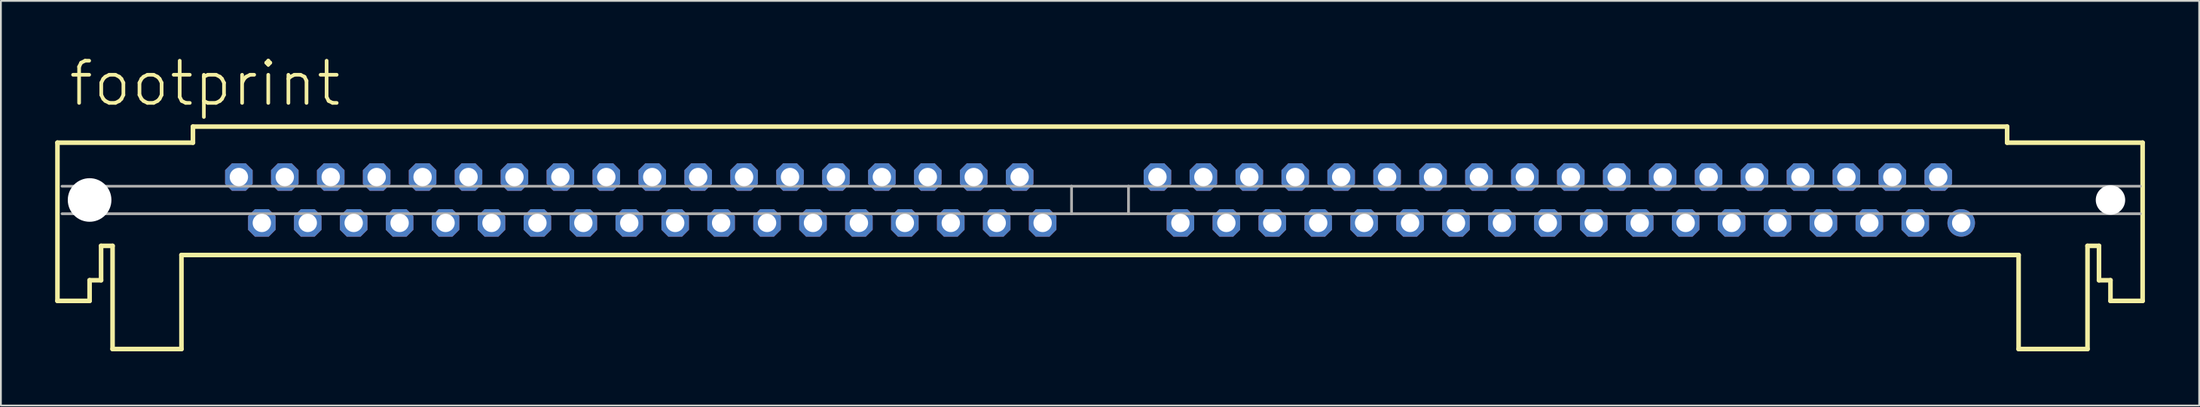
<source format=kicad_pcb>
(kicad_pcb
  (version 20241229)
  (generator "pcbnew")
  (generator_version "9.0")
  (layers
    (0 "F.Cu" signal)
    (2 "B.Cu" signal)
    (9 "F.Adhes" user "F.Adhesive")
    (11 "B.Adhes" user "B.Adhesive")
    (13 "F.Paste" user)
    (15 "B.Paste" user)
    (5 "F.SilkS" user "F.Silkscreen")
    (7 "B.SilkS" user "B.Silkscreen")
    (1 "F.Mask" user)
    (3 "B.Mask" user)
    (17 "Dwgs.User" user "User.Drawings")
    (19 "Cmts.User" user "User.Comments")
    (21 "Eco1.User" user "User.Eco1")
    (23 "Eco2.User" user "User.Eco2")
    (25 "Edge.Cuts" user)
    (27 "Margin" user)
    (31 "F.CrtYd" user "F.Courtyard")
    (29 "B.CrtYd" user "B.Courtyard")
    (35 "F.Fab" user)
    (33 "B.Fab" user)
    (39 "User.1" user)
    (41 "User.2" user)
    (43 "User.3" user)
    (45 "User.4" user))
  (footprint "footprint"
    (layer "F.Cu")
    (at 57.785 8.026)
    (property "Reference" "footprint" (at -57.15 -5.08 0) (layer "F.SilkS") (effects (font (size 2.337 2.337) (thickness 0.203)) (justify left bottom)))
    (fp_line (start -57.658 -3.175) (end -50.165 -3.175) (stroke (width 0.254) (type solid)) (layer "F.SilkS"))
    (fp_line (start -57.658 5.588) (end -57.658 -3.175) (stroke (width 0.254) (type solid)) (layer "F.SilkS"))
    (fp_line (start -55.88 4.445) (end -55.88 5.588) (stroke (width 0.254) (type solid)) (layer "F.SilkS"))
    (fp_line (start -55.88 5.588) (end -57.658 5.588) (stroke (width 0.254) (type solid)) (layer "F.SilkS"))
    (fp_line (start -55.245 2.54) (end -55.245 4.445) (stroke (width 0.254) (type solid)) (layer "F.SilkS"))
    (fp_line (start -55.245 4.445) (end -55.88 4.445) (stroke (width 0.254) (type solid)) (layer "F.SilkS"))
    (fp_line (start -54.61 2.54) (end -55.245 2.54) (stroke (width 0.254) (type solid)) (layer "F.SilkS"))
    (fp_line (start -54.61 8.255) (end -54.61 2.54) (stroke (width 0.254) (type solid)) (layer "F.SilkS"))
    (fp_line (start -50.8 3.048) (end -50.8 8.255) (stroke (width 0.254) (type solid)) (layer "F.SilkS"))
    (fp_line (start -50.8 3.048) (end 50.8 3.048) (stroke (width 0.254) (type solid)) (layer "F.SilkS"))
    (fp_line (start -50.8 8.255) (end -54.61 8.255) (stroke (width 0.254) (type solid)) (layer "F.SilkS"))
    (fp_line (start -50.165 -3.175) (end -50.165 -4.064) (stroke (width 0.254) (type solid)) (layer "F.SilkS"))
    (fp_line (start 50.165 -4.064) (end -50.165 -4.064) (stroke (width 0.254) (type solid)) (layer "F.SilkS"))
    (fp_line (start 50.165 -3.175) (end 50.165 -4.064) (stroke (width 0.254) (type solid)) (layer "F.SilkS"))
    (fp_line (start 50.8 3.048) (end 50.8 8.255) (stroke (width 0.254) (type solid)) (layer "F.SilkS"))
    (fp_line (start 50.8 8.255) (end 54.61 8.255) (stroke (width 0.254) (type solid)) (layer "F.SilkS"))
    (fp_line (start 54.61 2.54) (end 55.245 2.54) (stroke (width 0.254) (type solid)) (layer "F.SilkS"))
    (fp_line (start 54.61 8.255) (end 54.61 2.54) (stroke (width 0.254) (type solid)) (layer "F.SilkS"))
    (fp_line (start 55.245 2.54) (end 55.245 4.445) (stroke (width 0.254) (type solid)) (layer "F.SilkS"))
    (fp_line (start 55.245 4.445) (end 55.88 4.445) (stroke (width 0.254) (type solid)) (layer "F.SilkS"))
    (fp_line (start 55.88 4.445) (end 55.88 5.588) (stroke (width 0.254) (type solid)) (layer "F.SilkS"))
    (fp_line (start 55.88 5.588) (end 57.658 5.588) (stroke (width 0.254) (type solid)) (layer "F.SilkS"))
    (fp_line (start 57.658 -3.175) (end 50.165 -3.175) (stroke (width 0.254) (type solid)) (layer "F.SilkS"))
    (fp_line (start 57.658 5.588) (end 57.658 -3.175) (stroke (width 0.254) (type solid)) (layer "F.SilkS"))
    (fp_line (start -57.404 -0.762) (end -1.575 -0.762) (stroke (width 0.152) (type solid)) (layer "F.Fab"))
    (fp_line (start -57.404 0.762) (end -1.575 0.762) (stroke (width 0.152) (type solid)) (layer "F.Fab"))
    (fp_line (start -1.575 -0.762) (end 1.575 -0.762) (stroke (width 0.152) (type solid)) (layer "F.Fab"))
    (fp_line (start -1.575 0.762) (end -1.575 -0.762) (stroke (width 0.152) (type solid)) (layer "F.Fab"))
    (fp_line (start -1.575 0.762) (end 1.575 0.762) (stroke (width 0.152) (type solid)) (layer "F.Fab"))
    (fp_line (start 1.575 0.762) (end 1.575 -0.762) (stroke (width 0.152) (type solid)) (layer "F.Fab"))
    (fp_line (start 57.531 -0.762) (end 1.575 -0.762) (stroke (width 0.152) (type solid)) (layer "F.Fab"))
    (fp_line (start 57.531 0.762) (end 1.575 0.762) (stroke (width 0.152) (type solid)) (layer "F.Fab"))
    (pad "" np_thru_hole circle (at -55.88 0) (size 2.413 2.413) (drill 2.413) (layers "*.Cu" "*.Mask"))
    (pad "" np_thru_hole circle (at 55.88 0) (size 1.626 1.626) (drill 1.626) (layers "*.Cu" "*.Mask"))
    (pad "1" thru_hole circle (at 47.625 1.27) (size 1.524 1.524) (drill 1.016) (layers "*.Cu" "*.Mask"))
    (pad "2" thru_hole roundrect (at 46.355 -1.27) (size 1.524 1.524) (drill 1.016) (layers "*.Cu" "*.Mask") (roundrect_rratio 0.25) (chamfer_ratio 0.25) (chamfer top_left top_right bottom_left bottom_right))
    (pad "3" thru_hole roundrect (at 45.085 1.27) (size 1.524 1.524) (drill 1.016) (layers "*.Cu" "*.Mask") (roundrect_rratio 0.25) (chamfer_ratio 0.25) (chamfer top_left top_right bottom_left bottom_right))
    (pad "4" thru_hole roundrect (at 43.815 -1.27) (size 1.524 1.524) (drill 1.016) (layers "*.Cu" "*.Mask") (roundrect_rratio 0.25) (chamfer_ratio 0.25) (chamfer top_left top_right bottom_left bottom_right))
    (pad "5" thru_hole roundrect (at 42.545 1.27) (size 1.524 1.524) (drill 1.016) (layers "*.Cu" "*.Mask") (roundrect_rratio 0.25) (chamfer_ratio 0.25) (chamfer top_left top_right bottom_left bottom_right))
    (pad "6" thru_hole roundrect (at 41.275 -1.27) (size 1.524 1.524) (drill 1.016) (layers "*.Cu" "*.Mask") (roundrect_rratio 0.25) (chamfer_ratio 0.25) (chamfer top_left top_right bottom_left bottom_right))
    (pad "7" thru_hole roundrect (at 40.005 1.27) (size 1.524 1.524) (drill 1.016) (layers "*.Cu" "*.Mask") (roundrect_rratio 0.25) (chamfer_ratio 0.25) (chamfer top_left top_right bottom_left bottom_right))
    (pad "8" thru_hole roundrect (at 38.735 -1.27) (size 1.524 1.524) (drill 1.016) (layers "*.Cu" "*.Mask") (roundrect_rratio 0.25) (chamfer_ratio 0.25) (chamfer top_left top_right bottom_left bottom_right))
    (pad "9" thru_hole roundrect (at 37.465 1.27) (size 1.524 1.524) (drill 1.016) (layers "*.Cu" "*.Mask") (roundrect_rratio 0.25) (chamfer_ratio 0.25) (chamfer top_left top_right bottom_left bottom_right))
    (pad "10" thru_hole roundrect (at 36.195 -1.27) (size 1.524 1.524) (drill 1.016) (layers "*.Cu" "*.Mask") (roundrect_rratio 0.25) (chamfer_ratio 0.25) (chamfer top_left top_right bottom_left bottom_right))
    (pad "11" thru_hole roundrect (at 34.925 1.27) (size 1.524 1.524) (drill 1.016) (layers "*.Cu" "*.Mask") (roundrect_rratio 0.25) (chamfer_ratio 0.25) (chamfer top_left top_right bottom_left bottom_right))
    (pad "12" thru_hole roundrect (at 33.655 -1.27) (size 1.524 1.524) (drill 1.016) (layers "*.Cu" "*.Mask") (roundrect_rratio 0.25) (chamfer_ratio 0.25) (chamfer top_left top_right bottom_left bottom_right))
    (pad "13" thru_hole roundrect (at 32.385 1.27) (size 1.524 1.524) (drill 1.016) (layers "*.Cu" "*.Mask") (roundrect_rratio 0.25) (chamfer_ratio 0.25) (chamfer top_left top_right bottom_left bottom_right))
    (pad "14" thru_hole roundrect (at 31.115 -1.27) (size 1.524 1.524) (drill 1.016) (layers "*.Cu" "*.Mask") (roundrect_rratio 0.25) (chamfer_ratio 0.25) (chamfer top_left top_right bottom_left bottom_right))
    (pad "15" thru_hole roundrect (at 29.845 1.27) (size 1.524 1.524) (drill 1.016) (layers "*.Cu" "*.Mask") (roundrect_rratio 0.25) (chamfer_ratio 0.25) (chamfer top_left top_right bottom_left bottom_right))
    (pad "16" thru_hole roundrect (at 28.575 -1.27) (size 1.524 1.524) (drill 1.016) (layers "*.Cu" "*.Mask") (roundrect_rratio 0.25) (chamfer_ratio 0.25) (chamfer top_left top_right bottom_left bottom_right))
    (pad "17" thru_hole roundrect (at 27.305 1.27) (size 1.524 1.524) (drill 1.016) (layers "*.Cu" "*.Mask") (roundrect_rratio 0.25) (chamfer_ratio 0.25) (chamfer top_left top_right bottom_left bottom_right))
    (pad "18" thru_hole roundrect (at 26.035 -1.27) (size 1.524 1.524) (drill 1.016) (layers "*.Cu" "*.Mask") (roundrect_rratio 0.25) (chamfer_ratio 0.25) (chamfer top_left top_right bottom_left bottom_right))
    (pad "19" thru_hole roundrect (at 24.765 1.27) (size 1.524 1.524) (drill 1.016) (layers "*.Cu" "*.Mask") (roundrect_rratio 0.25) (chamfer_ratio 0.25) (chamfer top_left top_right bottom_left bottom_right))
    (pad "20" thru_hole roundrect (at 23.495 -1.27) (size 1.524 1.524) (drill 1.016) (layers "*.Cu" "*.Mask") (roundrect_rratio 0.25) (chamfer_ratio 0.25) (chamfer top_left top_right bottom_left bottom_right))
    (pad "21" thru_hole roundrect (at 22.225 1.27) (size 1.524 1.524) (drill 1.016) (layers "*.Cu" "*.Mask") (roundrect_rratio 0.25) (chamfer_ratio 0.25) (chamfer top_left top_right bottom_left bottom_right))
    (pad "22" thru_hole roundrect (at 20.955 -1.27) (size 1.524 1.524) (drill 1.016) (layers "*.Cu" "*.Mask") (roundrect_rratio 0.25) (chamfer_ratio 0.25) (chamfer top_left top_right bottom_left bottom_right))
    (pad "23" thru_hole roundrect (at 19.685 1.27) (size 1.524 1.524) (drill 1.016) (layers "*.Cu" "*.Mask") (roundrect_rratio 0.25) (chamfer_ratio 0.25) (chamfer top_left top_right bottom_left bottom_right))
    (pad "24" thru_hole roundrect (at 18.415 -1.27) (size 1.524 1.524) (drill 1.016) (layers "*.Cu" "*.Mask") (roundrect_rratio 0.25) (chamfer_ratio 0.25) (chamfer top_left top_right bottom_left bottom_right))
    (pad "25" thru_hole roundrect (at 17.145 1.27) (size 1.524 1.524) (drill 1.016) (layers "*.Cu" "*.Mask") (roundrect_rratio 0.25) (chamfer_ratio 0.25) (chamfer top_left top_right bottom_left bottom_right))
    (pad "26" thru_hole roundrect (at 15.875 -1.27) (size 1.524 1.524) (drill 1.016) (layers "*.Cu" "*.Mask") (roundrect_rratio 0.25) (chamfer_ratio 0.25) (chamfer top_left top_right bottom_left bottom_right))
    (pad "27" thru_hole roundrect (at 14.605 1.27) (size 1.524 1.524) (drill 1.016) (layers "*.Cu" "*.Mask") (roundrect_rratio 0.25) (chamfer_ratio 0.25) (chamfer top_left top_right bottom_left bottom_right))
    (pad "28" thru_hole roundrect (at 13.335 -1.27) (size 1.524 1.524) (drill 1.016) (layers "*.Cu" "*.Mask") (roundrect_rratio 0.25) (chamfer_ratio 0.25) (chamfer top_left top_right bottom_left bottom_right))
    (pad "29" thru_hole roundrect (at 12.065 1.27) (size 1.524 1.524) (drill 1.016) (layers "*.Cu" "*.Mask") (roundrect_rratio 0.25) (chamfer_ratio 0.25) (chamfer top_left top_right bottom_left bottom_right))
    (pad "30" thru_hole roundrect (at 10.795 -1.27) (size 1.524 1.524) (drill 1.016) (layers "*.Cu" "*.Mask") (roundrect_rratio 0.25) (chamfer_ratio 0.25) (chamfer top_left top_right bottom_left bottom_right))
    (pad "31" thru_hole roundrect (at 9.525 1.27) (size 1.524 1.524) (drill 1.016) (layers "*.Cu" "*.Mask") (roundrect_rratio 0.25) (chamfer_ratio 0.25) (chamfer top_left top_right bottom_left bottom_right))
    (pad "32" thru_hole roundrect (at 8.255 -1.27) (size 1.524 1.524) (drill 1.016) (layers "*.Cu" "*.Mask") (roundrect_rratio 0.25) (chamfer_ratio 0.25) (chamfer top_left top_right bottom_left bottom_right))
    (pad "33" thru_hole roundrect (at 6.985 1.27) (size 1.524 1.524) (drill 1.016) (layers "*.Cu" "*.Mask") (roundrect_rratio 0.25) (chamfer_ratio 0.25) (chamfer top_left top_right bottom_left bottom_right))
    (pad "34" thru_hole roundrect (at 5.715 -1.27) (size 1.524 1.524) (drill 1.016) (layers "*.Cu" "*.Mask") (roundrect_rratio 0.25) (chamfer_ratio 0.25) (chamfer top_left top_right bottom_left bottom_right))
    (pad "35" thru_hole roundrect (at 4.445 1.27) (size 1.524 1.524) (drill 1.016) (layers "*.Cu" "*.Mask") (roundrect_rratio 0.25) (chamfer_ratio 0.25) (chamfer top_left top_right bottom_left bottom_right))
    (pad "36" thru_hole roundrect (at 3.175 -1.27) (size 1.524 1.524) (drill 1.016) (layers "*.Cu" "*.Mask") (roundrect_rratio 0.25) (chamfer_ratio 0.25) (chamfer top_left top_right bottom_left bottom_right))
    (pad "37" thru_hole roundrect (at -3.175 1.27) (size 1.524 1.524) (drill 1.016) (layers "*.Cu" "*.Mask") (roundrect_rratio 0.25) (chamfer_ratio 0.25) (chamfer top_left top_right bottom_left bottom_right))
    (pad "38" thru_hole roundrect (at -4.445 -1.27) (size 1.524 1.524) (drill 1.016) (layers "*.Cu" "*.Mask") (roundrect_rratio 0.25) (chamfer_ratio 0.25) (chamfer top_left top_right bottom_left bottom_right))
    (pad "39" thru_hole roundrect (at -5.715 1.27) (size 1.524 1.524) (drill 1.016) (layers "*.Cu" "*.Mask") (roundrect_rratio 0.25) (chamfer_ratio 0.25) (chamfer top_left top_right bottom_left bottom_right))
    (pad "40" thru_hole roundrect (at -6.985 -1.27) (size 1.524 1.524) (drill 1.016) (layers "*.Cu" "*.Mask") (roundrect_rratio 0.25) (chamfer_ratio 0.25) (chamfer top_left top_right bottom_left bottom_right))
    (pad "41" thru_hole roundrect (at -8.255 1.27) (size 1.524 1.524) (drill 1.016) (layers "*.Cu" "*.Mask") (roundrect_rratio 0.25) (chamfer_ratio 0.25) (chamfer top_left top_right bottom_left bottom_right))
    (pad "42" thru_hole roundrect (at -9.525 -1.27) (size 1.524 1.524) (drill 1.016) (layers "*.Cu" "*.Mask") (roundrect_rratio 0.25) (chamfer_ratio 0.25) (chamfer top_left top_right bottom_left bottom_right))
    (pad "43" thru_hole roundrect (at -10.795 1.27) (size 1.524 1.524) (drill 1.016) (layers "*.Cu" "*.Mask") (roundrect_rratio 0.25) (chamfer_ratio 0.25) (chamfer top_left top_right bottom_left bottom_right))
    (pad "44" thru_hole roundrect (at -12.065 -1.27) (size 1.524 1.524) (drill 1.016) (layers "*.Cu" "*.Mask") (roundrect_rratio 0.25) (chamfer_ratio 0.25) (chamfer top_left top_right bottom_left bottom_right))
    (pad "45" thru_hole roundrect (at -13.335 1.27) (size 1.524 1.524) (drill 1.016) (layers "*.Cu" "*.Mask") (roundrect_rratio 0.25) (chamfer_ratio 0.25) (chamfer top_left top_right bottom_left bottom_right))
    (pad "46" thru_hole roundrect (at -14.605 -1.27) (size 1.524 1.524) (drill 1.016) (layers "*.Cu" "*.Mask") (roundrect_rratio 0.25) (chamfer_ratio 0.25) (chamfer top_left top_right bottom_left bottom_right))
    (pad "47" thru_hole roundrect (at -15.875 1.27) (size 1.524 1.524) (drill 1.016) (layers "*.Cu" "*.Mask") (roundrect_rratio 0.25) (chamfer_ratio 0.25) (chamfer top_left top_right bottom_left bottom_right))
    (pad "48" thru_hole roundrect (at -17.145 -1.27) (size 1.524 1.524) (drill 1.016) (layers "*.Cu" "*.Mask") (roundrect_rratio 0.25) (chamfer_ratio 0.25) (chamfer top_left top_right bottom_left bottom_right))
    (pad "49" thru_hole roundrect (at -18.415 1.27) (size 1.524 1.524) (drill 1.016) (layers "*.Cu" "*.Mask") (roundrect_rratio 0.25) (chamfer_ratio 0.25) (chamfer top_left top_right bottom_left bottom_right))
    (pad "50" thru_hole roundrect (at -19.685 -1.27) (size 1.524 1.524) (drill 1.016) (layers "*.Cu" "*.Mask") (roundrect_rratio 0.25) (chamfer_ratio 0.25) (chamfer top_left top_right bottom_left bottom_right))
    (pad "51" thru_hole roundrect (at -20.955 1.27) (size 1.524 1.524) (drill 1.016) (layers "*.Cu" "*.Mask") (roundrect_rratio 0.25) (chamfer_ratio 0.25) (chamfer top_left top_right bottom_left bottom_right))
    (pad "52" thru_hole roundrect (at -22.225 -1.27) (size 1.524 1.524) (drill 1.016) (layers "*.Cu" "*.Mask") (roundrect_rratio 0.25) (chamfer_ratio 0.25) (chamfer top_left top_right bottom_left bottom_right))
    (pad "53" thru_hole roundrect (at -23.495 1.27) (size 1.524 1.524) (drill 1.016) (layers "*.Cu" "*.Mask") (roundrect_rratio 0.25) (chamfer_ratio 0.25) (chamfer top_left top_right bottom_left bottom_right))
    (pad "54" thru_hole roundrect (at -24.765 -1.27) (size 1.524 1.524) (drill 1.016) (layers "*.Cu" "*.Mask") (roundrect_rratio 0.25) (chamfer_ratio 0.25) (chamfer top_left top_right bottom_left bottom_right))
    (pad "55" thru_hole roundrect (at -26.035 1.27) (size 1.524 1.524) (drill 1.016) (layers "*.Cu" "*.Mask") (roundrect_rratio 0.25) (chamfer_ratio 0.25) (chamfer top_left top_right bottom_left bottom_right))
    (pad "56" thru_hole roundrect (at -27.305 -1.27) (size 1.524 1.524) (drill 1.016) (layers "*.Cu" "*.Mask") (roundrect_rratio 0.25) (chamfer_ratio 0.25) (chamfer top_left top_right bottom_left bottom_right))
    (pad "57" thru_hole roundrect (at -28.575 1.27) (size 1.524 1.524) (drill 1.016) (layers "*.Cu" "*.Mask") (roundrect_rratio 0.25) (chamfer_ratio 0.25) (chamfer top_left top_right bottom_left bottom_right))
    (pad "58" thru_hole roundrect (at -29.845 -1.27) (size 1.524 1.524) (drill 1.016) (layers "*.Cu" "*.Mask") (roundrect_rratio 0.25) (chamfer_ratio 0.25) (chamfer top_left top_right bottom_left bottom_right))
    (pad "59" thru_hole roundrect (at -31.115 1.27) (size 1.524 1.524) (drill 1.016) (layers "*.Cu" "*.Mask") (roundrect_rratio 0.25) (chamfer_ratio 0.25) (chamfer top_left top_right bottom_left bottom_right))
    (pad "60" thru_hole roundrect (at -32.385 -1.27) (size 1.524 1.524) (drill 1.016) (layers "*.Cu" "*.Mask") (roundrect_rratio 0.25) (chamfer_ratio 0.25) (chamfer top_left top_right bottom_left bottom_right))
    (pad "61" thru_hole roundrect (at -33.655 1.27) (size 1.524 1.524) (drill 1.016) (layers "*.Cu" "*.Mask") (roundrect_rratio 0.25) (chamfer_ratio 0.25) (chamfer top_left top_right bottom_left bottom_right))
    (pad "62" thru_hole roundrect (at -34.925 -1.27) (size 1.524 1.524) (drill 1.016) (layers "*.Cu" "*.Mask") (roundrect_rratio 0.25) (chamfer_ratio 0.25) (chamfer top_left top_right bottom_left bottom_right))
    (pad "63" thru_hole roundrect (at -36.195 1.27) (size 1.524 1.524) (drill 1.016) (layers "*.Cu" "*.Mask") (roundrect_rratio 0.25) (chamfer_ratio 0.25) (chamfer top_left top_right bottom_left bottom_right))
    (pad "64" thru_hole roundrect (at -37.465 -1.27) (size 1.524 1.524) (drill 1.016) (layers "*.Cu" "*.Mask") (roundrect_rratio 0.25) (chamfer_ratio 0.25) (chamfer top_left top_right bottom_left bottom_right))
    (pad "65" thru_hole roundrect (at -38.735 1.27) (size 1.524 1.524) (drill 1.016) (layers "*.Cu" "*.Mask") (roundrect_rratio 0.25) (chamfer_ratio 0.25) (chamfer top_left top_right bottom_left bottom_right))
    (pad "66" thru_hole roundrect (at -40.005 -1.27) (size 1.524 1.524) (drill 1.016) (layers "*.Cu" "*.Mask") (roundrect_rratio 0.25) (chamfer_ratio 0.25) (chamfer top_left top_right bottom_left bottom_right))
    (pad "67" thru_hole roundrect (at -41.275 1.27) (size 1.524 1.524) (drill 1.016) (layers "*.Cu" "*.Mask") (roundrect_rratio 0.25) (chamfer_ratio 0.25) (chamfer top_left top_right bottom_left bottom_right))
    (pad "68" thru_hole roundrect (at -42.545 -1.27) (size 1.524 1.524) (drill 1.016) (layers "*.Cu" "*.Mask") (roundrect_rratio 0.25) (chamfer_ratio 0.25) (chamfer top_left top_right bottom_left bottom_right))
    (pad "69" thru_hole roundrect (at -43.815 1.27) (size 1.524 1.524) (drill 1.016) (layers "*.Cu" "*.Mask") (roundrect_rratio 0.25) (chamfer_ratio 0.25) (chamfer top_left top_right bottom_left bottom_right))
    (pad "70" thru_hole roundrect (at -45.085 -1.27) (size 1.524 1.524) (drill 1.016) (layers "*.Cu" "*.Mask") (roundrect_rratio 0.25) (chamfer_ratio 0.25) (chamfer top_left top_right bottom_left bottom_right))
    (pad "71" thru_hole roundrect (at -46.355 1.27) (size 1.524 1.524) (drill 1.016) (layers "*.Cu" "*.Mask") (roundrect_rratio 0.25) (chamfer_ratio 0.25) (chamfer top_left top_right bottom_left bottom_right))
    (pad "72" thru_hole roundrect (at -47.625 -1.27) (size 1.524 1.524) (drill 1.016) (layers "*.Cu" "*.Mask") (roundrect_rratio 0.25) (chamfer_ratio 0.25) (chamfer top_left top_right bottom_left bottom_right)))
  (gr_rect
    (start -3 -3)
    (end 118.57 19.408)
    (stroke (width 0.1) (type default))
    (fill no)
    (layer "Edge.Cuts")))
</source>
